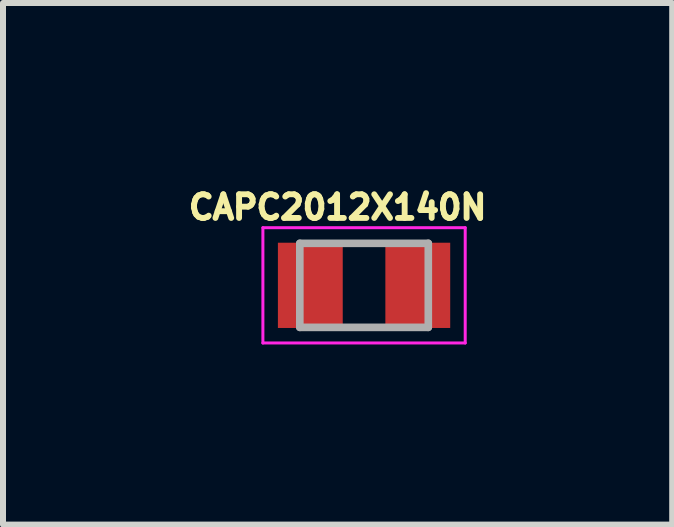
<source format=kicad_pcb>
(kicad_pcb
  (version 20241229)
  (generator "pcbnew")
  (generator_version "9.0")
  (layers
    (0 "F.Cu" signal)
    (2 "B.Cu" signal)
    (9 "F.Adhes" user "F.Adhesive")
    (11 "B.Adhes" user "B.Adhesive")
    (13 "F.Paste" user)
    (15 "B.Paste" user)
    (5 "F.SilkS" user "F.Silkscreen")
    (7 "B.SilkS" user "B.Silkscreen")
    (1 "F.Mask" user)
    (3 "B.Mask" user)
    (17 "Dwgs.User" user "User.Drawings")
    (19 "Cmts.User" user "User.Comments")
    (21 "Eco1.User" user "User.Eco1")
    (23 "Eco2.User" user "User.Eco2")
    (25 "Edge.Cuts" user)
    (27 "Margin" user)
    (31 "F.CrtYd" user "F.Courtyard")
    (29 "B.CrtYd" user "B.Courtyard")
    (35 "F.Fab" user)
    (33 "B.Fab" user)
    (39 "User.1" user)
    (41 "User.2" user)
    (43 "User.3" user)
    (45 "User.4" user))
  (footprint "CAPC2012X140N"
    (layer "F.Cu")
    (at 3.014 1.703)
    (property "Reference" "CAPC2012X140N" (at -0.44 -1.3 0) (layer "F.SilkS") (effects (font (size 0.394 0.394) (thickness 0.098))))
    (attr smd)
    (fp_line (start -1.685 -0.96) (end 1.685 -0.96) (stroke (width 0.05) (type solid)) (layer "F.CrtYd"))
    (fp_line (start -1.685 0.96) (end -1.685 -0.96) (stroke (width 0.05) (type solid)) (layer "F.CrtYd"))
    (fp_line (start -1.685 0.96) (end 1.685 0.96) (stroke (width 0.05) (type solid)) (layer "F.CrtYd"))
    (fp_line (start 1.685 0.96) (end 1.685 -0.96) (stroke (width 0.05) (type solid)) (layer "F.CrtYd"))
    (fp_line (start -1.07 0.7) (end -1.07 -0.7) (stroke (width 0.127) (type solid)) (layer "F.Fab"))
    (fp_line (start 1.07 -0.7) (end -1.07 -0.7) (stroke (width 0.127) (type solid)) (layer "F.Fab"))
    (fp_line (start 1.07 0.7) (end -1.07 0.7) (stroke (width 0.127) (type solid)) (layer "F.Fab"))
    (fp_line (start 1.07 0.7) (end 1.07 -0.7) (stroke (width 0.127) (type solid)) (layer "F.Fab"))
    (pad "1" smd rect (at -0.895 0) (size 1.08 1.42) (layers "F.Cu" "F.Mask" "F.Paste"))
    (pad "2" smd rect (at 0.895 0) (size 1.08 1.42) (layers "F.Cu" "F.Mask" "F.Paste")))
  (gr_rect
    (start -3 -3)
    (end 8.147 5.688)
    (stroke (width 0.1) (type default))
    (fill no)
    (layer "Edge.Cuts")))
</source>
